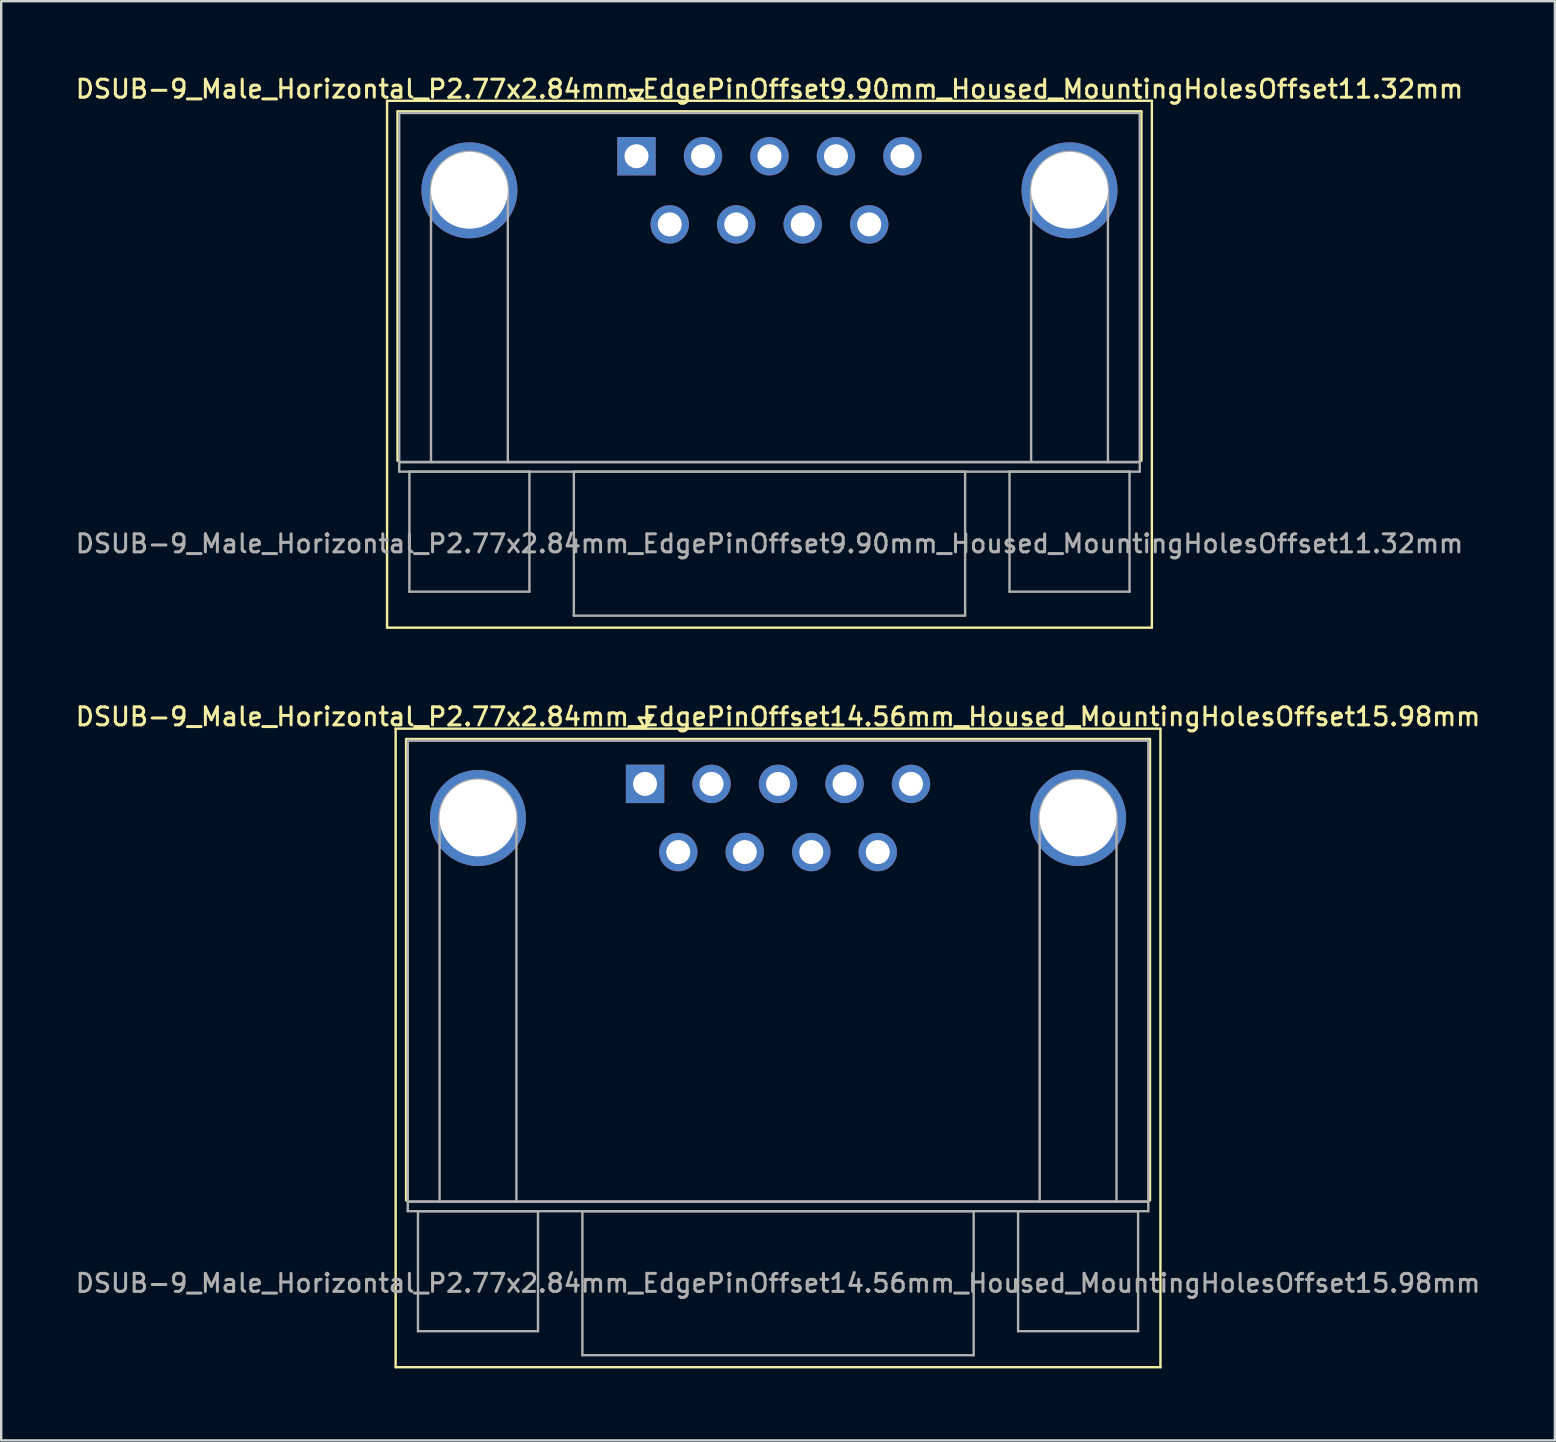
<source format=kicad_pcb>
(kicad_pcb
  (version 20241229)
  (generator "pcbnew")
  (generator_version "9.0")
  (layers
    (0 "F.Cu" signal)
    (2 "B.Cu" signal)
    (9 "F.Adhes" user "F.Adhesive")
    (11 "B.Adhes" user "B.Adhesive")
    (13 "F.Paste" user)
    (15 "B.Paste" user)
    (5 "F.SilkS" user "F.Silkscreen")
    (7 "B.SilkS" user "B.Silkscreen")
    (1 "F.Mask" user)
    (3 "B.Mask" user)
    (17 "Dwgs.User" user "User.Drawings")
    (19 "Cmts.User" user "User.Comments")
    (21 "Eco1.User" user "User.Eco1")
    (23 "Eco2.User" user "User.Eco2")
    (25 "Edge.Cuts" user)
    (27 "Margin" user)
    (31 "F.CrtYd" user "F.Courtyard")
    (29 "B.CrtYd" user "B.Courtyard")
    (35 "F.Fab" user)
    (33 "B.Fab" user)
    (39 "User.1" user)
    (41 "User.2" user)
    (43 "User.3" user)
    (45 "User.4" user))
  (footprint "DSUB-9_Male_Horizontal_P2.77x2.84mm_EdgePinOffset9.90mm_Housed_MountingHolesOffset11.32mm"
    (layer "F.Cu")
    (at 23.465 3.458)
    (property "Reference" "DSUB-9_Male_Horizontal_P2.77x2.84mm_EdgePinOffset9.90mm_Housed_MountingHolesOffset11.32mm" (at 5.54 -2.8 0) (layer "F.SilkS") (effects (font (size 0.75 0.75) (thickness 0.125))))
    (attr through_hole)
    (fp_line (start -10.39 -2.31) (end -10.39 19.64) (stroke (width 0.1) (type solid)) (layer "F.SilkS"))
    (fp_line (start -10.39 19.64) (end 21.47 19.64) (stroke (width 0.1) (type solid)) (layer "F.SilkS"))
    (fp_line (start -9.945 -1.86) (end 21.025 -1.86) (stroke (width 0.12) (type solid)) (layer "F.SilkS"))
    (fp_line (start -9.945 12.68) (end -9.945 -1.86) (stroke (width 0.12) (type solid)) (layer "F.SilkS"))
    (fp_line (start -0.25 -2.754) (end 0.25 -2.754) (stroke (width 0.12) (type solid)) (layer "F.SilkS"))
    (fp_line (start 0 -2.321) (end -0.25 -2.754) (stroke (width 0.12) (type solid)) (layer "F.SilkS"))
    (fp_line (start 0.25 -2.754) (end 0 -2.321) (stroke (width 0.12) (type solid)) (layer "F.SilkS"))
    (fp_line (start 21.025 -1.86) (end 21.025 12.68) (stroke (width 0.12) (type solid)) (layer "F.SilkS"))
    (fp_line (start 21.47 -2.31) (end -10.39 -2.31) (stroke (width 0.1) (type solid)) (layer "F.SilkS"))
    (fp_line (start 21.47 19.64) (end 21.47 -2.31) (stroke (width 0.1) (type solid)) (layer "F.SilkS"))
    (fp_line (start -9.885 -1.8) (end -9.885 12.74) (stroke (width 0.1) (type solid)) (layer "F.Fab"))
    (fp_line (start -9.885 12.74) (end -9.885 13.14) (stroke (width 0.1) (type solid)) (layer "F.Fab"))
    (fp_line (start -9.885 12.74) (end 20.965 12.74) (stroke (width 0.1) (type solid)) (layer "F.Fab"))
    (fp_line (start -9.885 13.14) (end 20.965 13.14) (stroke (width 0.1) (type solid)) (layer "F.Fab"))
    (fp_line (start -9.46 13.14) (end -9.46 18.14) (stroke (width 0.1) (type solid)) (layer "F.Fab"))
    (fp_line (start -9.46 18.14) (end -4.46 18.14) (stroke (width 0.1) (type solid)) (layer "F.Fab"))
    (fp_line (start -8.56 12.74) (end -8.56 1.42) (stroke (width 0.1) (type solid)) (layer "F.Fab"))
    (fp_line (start -5.36 12.74) (end -5.36 1.42) (stroke (width 0.1) (type solid)) (layer "F.Fab"))
    (fp_line (start -4.46 13.14) (end -9.46 13.14) (stroke (width 0.1) (type solid)) (layer "F.Fab"))
    (fp_line (start -4.46 18.14) (end -4.46 13.14) (stroke (width 0.1) (type solid)) (layer "F.Fab"))
    (fp_line (start -2.61 13.14) (end -2.61 19.14) (stroke (width 0.1) (type solid)) (layer "F.Fab"))
    (fp_line (start -2.61 19.14) (end 13.69 19.14) (stroke (width 0.1) (type solid)) (layer "F.Fab"))
    (fp_line (start 13.69 13.14) (end -2.61 13.14) (stroke (width 0.1) (type solid)) (layer "F.Fab"))
    (fp_line (start 13.69 19.14) (end 13.69 13.14) (stroke (width 0.1) (type solid)) (layer "F.Fab"))
    (fp_line (start 15.54 13.14) (end 15.54 18.14) (stroke (width 0.1) (type solid)) (layer "F.Fab"))
    (fp_line (start 15.54 18.14) (end 20.54 18.14) (stroke (width 0.1) (type solid)) (layer "F.Fab"))
    (fp_line (start 16.44 12.74) (end 16.44 1.42) (stroke (width 0.1) (type solid)) (layer "F.Fab"))
    (fp_line (start 19.64 12.74) (end 19.64 1.42) (stroke (width 0.1) (type solid)) (layer "F.Fab"))
    (fp_line (start 20.54 13.14) (end 15.54 13.14) (stroke (width 0.1) (type solid)) (layer "F.Fab"))
    (fp_line (start 20.54 18.14) (end 20.54 13.14) (stroke (width 0.1) (type solid)) (layer "F.Fab"))
    (fp_line (start 20.965 -1.8) (end -9.885 -1.8) (stroke (width 0.1) (type solid)) (layer "F.Fab"))
    (fp_line (start 20.965 12.74) (end -9.885 12.74) (stroke (width 0.1) (type solid)) (layer "F.Fab"))
    (fp_line (start 20.965 12.74) (end 20.965 -1.8) (stroke (width 0.1) (type solid)) (layer "F.Fab"))
    (fp_line (start 20.965 13.14) (end 20.965 12.74) (stroke (width 0.1) (type solid)) (layer "F.Fab"))
    (fp_arc (start -8.56 1.42) (mid -6.96 -0.18) (end -5.36 1.42) (stroke (width 0.1) (type solid)) (layer "F.Fab"))
    (fp_arc (start 16.44 1.42) (mid 18.04 -0.18) (end 19.64 1.42) (stroke (width 0.1) (type solid)) (layer "F.Fab"))
    (fp_text user "${REFERENCE}" (at 5.54 16.14 0) (layer "F.Fab") (effects (font (size 0.75 0.75) (thickness 0.125))))
    (pad "0" thru_hole circle (at -6.96 1.42) (size 4 4) (drill 3.2) (layers "*.Cu" "*.Mask"))
    (pad "0" thru_hole circle (at 18.04 1.42) (size 4 4) (drill 3.2) (layers "*.Cu" "*.Mask"))
    (pad "1" thru_hole rect (at 0 0) (size 1.6 1.6) (drill 1) (layers "*.Cu" "*.Mask"))
    (pad "2" thru_hole circle (at 2.77 0) (size 1.6 1.6) (drill 1) (layers "*.Cu" "*.Mask"))
    (pad "3" thru_hole circle (at 5.54 0) (size 1.6 1.6) (drill 1) (layers "*.Cu" "*.Mask"))
    (pad "4" thru_hole circle (at 8.31 0) (size 1.6 1.6) (drill 1) (layers "*.Cu" "*.Mask"))
    (pad "5" thru_hole circle (at 11.08 0) (size 1.6 1.6) (drill 1) (layers "*.Cu" "*.Mask"))
    (pad "6" thru_hole circle (at 1.385 2.84) (size 1.6 1.6) (drill 1) (layers "*.Cu" "*.Mask"))
    (pad "7" thru_hole circle (at 4.155 2.84) (size 1.6 1.6) (drill 1) (layers "*.Cu" "*.Mask"))
    (pad "8" thru_hole circle (at 6.925 2.84) (size 1.6 1.6) (drill 1) (layers "*.Cu" "*.Mask"))
    (pad "9" thru_hole circle (at 9.695 2.84) (size 1.6 1.6) (drill 1) (layers "*.Cu" "*.Mask")))
  (footprint "DSUB-9_Male_Horizontal_P2.77x2.84mm_EdgePinOffset14.56mm_Housed_MountingHolesOffset15.98mm"
    (layer "F.Cu")
    (at 23.822 29.606)
    (property "Reference" "DSUB-9_Male_Horizontal_P2.77x2.84mm_EdgePinOffset14.56mm_Housed_MountingHolesOffset15.98mm" (at 5.54 -2.8 0) (layer "F.SilkS") (effects (font (size 0.75 0.75) (thickness 0.125))))
    (attr through_hole)
    (fp_line (start -10.39 -2.3) (end -10.39 24.3) (stroke (width 0.1) (type solid)) (layer "F.SilkS"))
    (fp_line (start -10.39 24.3) (end 21.47 24.3) (stroke (width 0.1) (type solid)) (layer "F.SilkS"))
    (fp_line (start -9.945 -1.86) (end 21.025 -1.86) (stroke (width 0.12) (type solid)) (layer "F.SilkS"))
    (fp_line (start -9.945 17.34) (end -9.945 -1.86) (stroke (width 0.12) (type solid)) (layer "F.SilkS"))
    (fp_line (start -0.25 -2.754) (end 0.25 -2.754) (stroke (width 0.12) (type solid)) (layer "F.SilkS"))
    (fp_line (start 0 -2.321) (end -0.25 -2.754) (stroke (width 0.12) (type solid)) (layer "F.SilkS"))
    (fp_line (start 0.25 -2.754) (end 0 -2.321) (stroke (width 0.12) (type solid)) (layer "F.SilkS"))
    (fp_line (start 21.025 -1.86) (end 21.025 17.34) (stroke (width 0.12) (type solid)) (layer "F.SilkS"))
    (fp_line (start 21.47 -2.3) (end -10.39 -2.3) (stroke (width 0.1) (type solid)) (layer "F.SilkS"))
    (fp_line (start 21.47 24.3) (end 21.47 -2.3) (stroke (width 0.1) (type solid)) (layer "F.SilkS"))
    (fp_line (start -9.885 -1.8) (end -9.885 17.4) (stroke (width 0.1) (type solid)) (layer "F.Fab"))
    (fp_line (start -9.885 17.4) (end -9.885 17.8) (stroke (width 0.1) (type solid)) (layer "F.Fab"))
    (fp_line (start -9.885 17.4) (end 20.965 17.4) (stroke (width 0.1) (type solid)) (layer "F.Fab"))
    (fp_line (start -9.885 17.8) (end 20.965 17.8) (stroke (width 0.1) (type solid)) (layer "F.Fab"))
    (fp_line (start -9.46 17.8) (end -9.46 22.8) (stroke (width 0.1) (type solid)) (layer "F.Fab"))
    (fp_line (start -9.46 22.8) (end -4.46 22.8) (stroke (width 0.1) (type solid)) (layer "F.Fab"))
    (fp_line (start -8.56 17.4) (end -8.56 1.42) (stroke (width 0.1) (type solid)) (layer "F.Fab"))
    (fp_line (start -5.36 17.4) (end -5.36 1.42) (stroke (width 0.1) (type solid)) (layer "F.Fab"))
    (fp_line (start -4.46 17.8) (end -9.46 17.8) (stroke (width 0.1) (type solid)) (layer "F.Fab"))
    (fp_line (start -4.46 22.8) (end -4.46 17.8) (stroke (width 0.1) (type solid)) (layer "F.Fab"))
    (fp_line (start -2.61 17.8) (end -2.61 23.8) (stroke (width 0.1) (type solid)) (layer "F.Fab"))
    (fp_line (start -2.61 23.8) (end 13.69 23.8) (stroke (width 0.1) (type solid)) (layer "F.Fab"))
    (fp_line (start 13.69 17.8) (end -2.61 17.8) (stroke (width 0.1) (type solid)) (layer "F.Fab"))
    (fp_line (start 13.69 23.8) (end 13.69 17.8) (stroke (width 0.1) (type solid)) (layer "F.Fab"))
    (fp_line (start 15.54 17.8) (end 15.54 22.8) (stroke (width 0.1) (type solid)) (layer "F.Fab"))
    (fp_line (start 15.54 22.8) (end 20.54 22.8) (stroke (width 0.1) (type solid)) (layer "F.Fab"))
    (fp_line (start 16.44 17.4) (end 16.44 1.42) (stroke (width 0.1) (type solid)) (layer "F.Fab"))
    (fp_line (start 19.64 17.4) (end 19.64 1.42) (stroke (width 0.1) (type solid)) (layer "F.Fab"))
    (fp_line (start 20.54 17.8) (end 15.54 17.8) (stroke (width 0.1) (type solid)) (layer "F.Fab"))
    (fp_line (start 20.54 22.8) (end 20.54 17.8) (stroke (width 0.1) (type solid)) (layer "F.Fab"))
    (fp_line (start 20.965 -1.8) (end -9.885 -1.8) (stroke (width 0.1) (type solid)) (layer "F.Fab"))
    (fp_line (start 20.965 17.4) (end -9.885 17.4) (stroke (width 0.1) (type solid)) (layer "F.Fab"))
    (fp_line (start 20.965 17.4) (end 20.965 -1.8) (stroke (width 0.1) (type solid)) (layer "F.Fab"))
    (fp_line (start 20.965 17.8) (end 20.965 17.4) (stroke (width 0.1) (type solid)) (layer "F.Fab"))
    (fp_arc (start -8.56 1.42) (mid -6.96 -0.18) (end -5.36 1.42) (stroke (width 0.1) (type solid)) (layer "F.Fab"))
    (fp_arc (start 16.44 1.42) (mid 18.04 -0.18) (end 19.64 1.42) (stroke (width 0.1) (type solid)) (layer "F.Fab"))
    (fp_text user "${REFERENCE}" (at 5.54 20.8 0) (layer "F.Fab") (effects (font (size 0.75 0.75) (thickness 0.125))))
    (pad "0" thru_hole circle (at -6.96 1.42) (size 4 4) (drill 3.2) (layers "*.Cu" "*.Mask"))
    (pad "0" thru_hole circle (at 18.04 1.42) (size 4 4) (drill 3.2) (layers "*.Cu" "*.Mask"))
    (pad "1" thru_hole rect (at 0 0) (size 1.6 1.6) (drill 1) (layers "*.Cu" "*.Mask"))
    (pad "2" thru_hole circle (at 2.77 0) (size 1.6 1.6) (drill 1) (layers "*.Cu" "*.Mask"))
    (pad "3" thru_hole circle (at 5.54 0) (size 1.6 1.6) (drill 1) (layers "*.Cu" "*.Mask"))
    (pad "4" thru_hole circle (at 8.31 0) (size 1.6 1.6) (drill 1) (layers "*.Cu" "*.Mask"))
    (pad "5" thru_hole circle (at 11.08 0) (size 1.6 1.6) (drill 1) (layers "*.Cu" "*.Mask"))
    (pad "6" thru_hole circle (at 1.385 2.84) (size 1.6 1.6) (drill 1) (layers "*.Cu" "*.Mask"))
    (pad "7" thru_hole circle (at 4.155 2.84) (size 1.6 1.6) (drill 1) (layers "*.Cu" "*.Mask"))
    (pad "8" thru_hole circle (at 6.925 2.84) (size 1.6 1.6) (drill 1) (layers "*.Cu" "*.Mask"))
    (pad "9" thru_hole circle (at 9.695 2.84) (size 1.6 1.6) (drill 1) (layers "*.Cu" "*.Mask")))
  (gr_rect
    (start -3 -3)
    (end 61.725 56.956)
    (stroke (width 0.1) (type default))
    (fill no)
    (layer "Edge.Cuts")))
</source>
